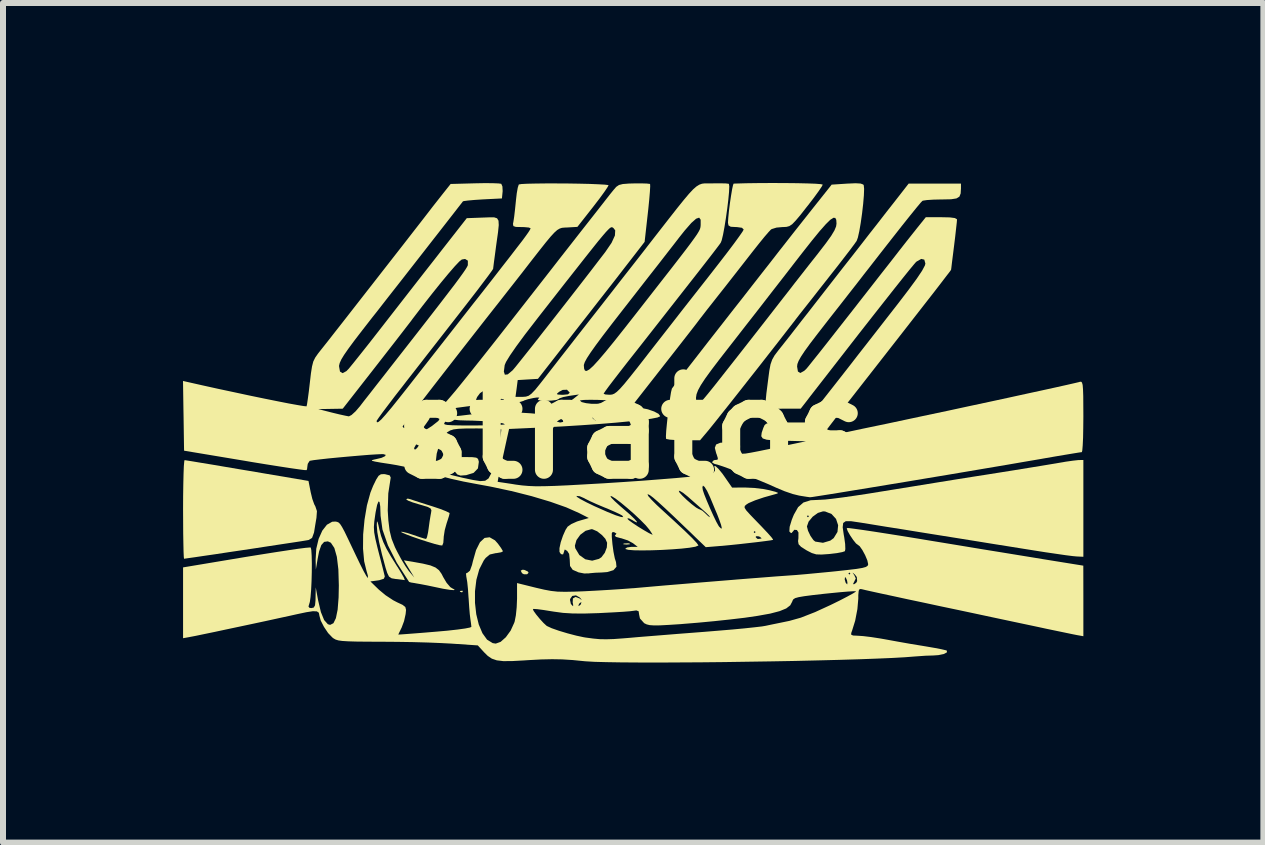
<source format=kicad_pcb>
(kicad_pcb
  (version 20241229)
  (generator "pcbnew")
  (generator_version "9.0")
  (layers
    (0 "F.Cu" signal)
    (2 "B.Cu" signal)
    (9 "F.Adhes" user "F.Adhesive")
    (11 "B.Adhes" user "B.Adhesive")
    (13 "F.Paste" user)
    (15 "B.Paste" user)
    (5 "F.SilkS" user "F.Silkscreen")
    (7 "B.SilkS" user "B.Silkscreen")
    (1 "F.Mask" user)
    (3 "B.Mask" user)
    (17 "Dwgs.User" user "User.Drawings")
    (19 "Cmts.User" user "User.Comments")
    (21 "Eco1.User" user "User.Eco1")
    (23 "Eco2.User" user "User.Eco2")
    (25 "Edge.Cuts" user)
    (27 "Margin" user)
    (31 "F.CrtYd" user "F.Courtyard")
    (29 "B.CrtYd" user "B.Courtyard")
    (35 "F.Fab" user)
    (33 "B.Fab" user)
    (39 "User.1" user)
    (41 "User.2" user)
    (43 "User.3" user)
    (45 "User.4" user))
  (footprint "stratos"
    (layer "F.Cu")
    (at 7.503 4.09)
    (property "Reference" "stratos" (at 0 0 0) (layer "F.SilkS") (effects (font (size 1.524 1.524) (thickness 0.3))))
    (attr board_only exclude_from_pos_files exclude_from_bom)
    (fp_poly (pts (xy -2.841 2.709) (xy -2.845 2.728) (xy -2.862 2.731) (xy -2.89 2.719) (xy -2.884 2.709) (xy -2.845 2.705)) (stroke (width 0) (type solid)) (fill yes) (layer "F.SilkS"))
    (fp_poly (pts (xy -1.81 2.359) (xy -1.756 2.385) (xy -1.744 2.406) (xy -1.769 2.431) (xy -1.82 2.431) (xy -1.853 2.413) (xy -1.875 2.37) (xy -1.842 2.354)) (stroke (width 0) (type solid)) (fill yes) (layer "F.SilkS"))
    (fp_poly (pts (xy -0.057 1.92) (xy -0.056 1.93) (xy -0.107 1.935) (xy -0.115 1.935) (xy -0.166 1.93) (xy -0.161 1.92) (xy -0.156 1.918) (xy -0.084 1.914)) (stroke (width 0) (type solid)) (fill yes) (layer "F.SilkS"))
    (fp_poly (pts (xy -2.681 0.479) (xy -2.616 0.487) (xy -2.586 0.509) (xy -2.574 0.549) (xy -2.573 0.559) (xy -2.588 0.666) (xy -2.659 0.74) (xy -2.784 0.779) (xy -2.786 0.779) (xy -2.878 0.786) (xy -2.932 0.767) (xy -2.977 0.714) (xy -2.977 0.713) (xy -3.014 0.627) (xy -3.021 0.553) (xy -3.01 0.512) (xy -2.981 0.489) (xy -2.919 0.479) (xy -2.807 0.477) (xy -2.797 0.477)) (stroke (width 0) (type solid)) (fill yes) (layer "F.SilkS"))
    (fp_poly (pts (xy -4.248 1.605) (xy -4.232 1.678) (xy -4.203 1.789) (xy -4.166 1.892) (xy -4.114 2.001) (xy -4.039 2.132) (xy -3.933 2.302) (xy -3.928 2.308) (xy -3.865 2.411) (xy -3.822 2.487) (xy -3.807 2.526) (xy -3.809 2.528) (xy -3.855 2.521) (xy -3.937 2.511) (xy -3.955 2.51) (xy -4.026 2.498) (xy -4.07 2.469) (xy -4.1 2.408) (xy -4.126 2.326) (xy -4.188 2.097) (xy -4.235 1.894) (xy -4.265 1.728) (xy -4.274 1.613) (xy -4.274 1.612) (xy -4.271 1.556) (xy -4.263 1.552)) (stroke (width 0) (type solid)) (fill yes) (layer "F.SilkS"))
    (fp_poly (pts (xy -7.44 0.534) (xy -7.345 0.549) (xy -7.202 0.573) (xy -7.018 0.603) (xy -6.801 0.64) (xy -6.559 0.681) (xy -6.432 0.702) (xy -5.412 0.875) (xy -5.375 1.063) (xy -5.348 1.175) (xy -5.316 1.264) (xy -5.297 1.3) (xy -5.271 1.378) (xy -5.279 1.489) (xy -5.299 1.607) (xy -5.317 1.719) (xy -5.32 1.736) (xy -5.352 1.824) (xy -5.408 1.859) (xy -5.453 1.867) (xy -5.552 1.883) (xy -5.697 1.905) (xy -5.876 1.932) (xy -6.08 1.963) (xy -6.301 1.997) (xy -6.528 2.031) (xy -6.751 2.064) (xy -6.961 2.096) (xy -7.148 2.123) (xy -7.303 2.146) (xy -7.417 2.162) (xy -7.478 2.171) (xy -7.486 2.172) (xy -7.49 2.14) (xy -7.494 2.052) (xy -7.497 1.915) (xy -7.5 1.739) (xy -7.501 1.533) (xy -7.502 1.349) (xy -7.501 1.124) (xy -7.498 0.923) (xy -7.494 0.754) (xy -7.489 0.626) (xy -7.482 0.548) (xy -7.477 0.528)) (stroke (width 0) (type solid)) (fill yes) (layer "F.SilkS"))
    (fp_poly (pts (xy -3.71 1.181) (xy -3.646 1.203) (xy -3.538 1.238) (xy -3.405 1.28) (xy -3.348 1.298) (xy -3.222 1.34) (xy -3.124 1.378) (xy -3.068 1.405) (xy -3.06 1.414) (xy -3.07 1.458) (xy -3.096 1.54) (xy -3.109 1.579) (xy -3.141 1.694) (xy -3.158 1.805) (xy -3.159 1.828) (xy -3.165 1.907) (xy -3.182 1.95) (xy -3.183 1.951) (xy -3.223 1.947) (xy -3.31 1.925) (xy -3.432 1.888) (xy -3.547 1.851) (xy -3.683 1.804) (xy -3.79 1.763) (xy -3.856 1.734) (xy -3.872 1.722) (xy -3.836 1.725) (xy -3.756 1.745) (xy -3.665 1.775) (xy -3.561 1.811) (xy -3.483 1.835) (xy -3.452 1.842) (xy -3.437 1.813) (xy -3.42 1.737) (xy -3.41 1.67) (xy -3.394 1.552) (xy -3.377 1.448) (xy -3.37 1.411) (xy -3.363 1.365) (xy -3.378 1.333) (xy -3.428 1.307) (xy -3.525 1.278) (xy -3.567 1.266) (xy -3.675 1.233) (xy -3.753 1.203) (xy -3.784 1.181) (xy -3.784 1.18) (xy -3.758 1.169)) (stroke (width 0) (type solid)) (fill yes) (layer "F.SilkS"))
    (fp_poly (pts (xy 7.502 2.139) (xy 7.395 2.134) (xy 7.328 2.128) (xy 7.209 2.113) (xy 7.051 2.09) (xy 6.866 2.063) (xy 6.695 2.036) (xy 6.506 2.006) (xy 6.27 1.968) (xy 5.999 1.925) (xy 5.703 1.877) (xy 5.393 1.827) (xy 5.079 1.777) (xy 4.773 1.728) (xy 4.484 1.681) (xy 4.223 1.64) (xy 4.002 1.604) (xy 3.83 1.576) (xy 3.772 1.567) (xy 3.63 1.546) (xy 3.542 1.546) (xy 3.499 1.576) (xy 3.491 1.647) (xy 3.508 1.768) (xy 3.517 1.817) (xy 3.532 1.927) (xy 3.535 2.01) (xy 3.528 2.046) (xy 3.484 2.061) (xy 3.395 2.078) (xy 3.277 2.092) (xy 3.267 2.093) (xy 3.138 2.102) (xy 3.05 2.099) (xy 2.977 2.077) (xy 2.895 2.035) (xy 2.883 2.028) (xy 2.797 1.973) (xy 2.756 1.93) (xy 2.747 1.878) (xy 2.753 1.83) (xy 2.754 1.734) (xy 2.728 1.693) (xy 2.684 1.689) (xy 2.672 1.705) (xy 2.64 1.742) (xy 2.629 1.744) (xy 2.602 1.717) (xy 2.607 1.641) (xy 2.609 1.633) (xy 2.895 1.633) (xy 2.913 1.705) (xy 2.954 1.791) (xy 3.003 1.861) (xy 3.034 1.886) (xy 3.162 1.906) (xy 3.284 1.87) (xy 3.341 1.828) (xy 3.404 1.725) (xy 3.415 1.613) (xy 3.38 1.508) (xy 3.305 1.426) (xy 3.198 1.384) (xy 3.163 1.382) (xy 3.078 1.408) (xy 2.991 1.471) (xy 2.923 1.553) (xy 2.895 1.633) (xy 2.895 1.633) (xy 2.609 1.633) (xy 2.642 1.524) (xy 2.666 1.464) (xy 2.895 1.464) (xy 2.912 1.481) (xy 2.928 1.464) (xy 2.912 1.448) (xy 2.895 1.464) (xy 2.666 1.464) (xy 2.678 1.436) (xy 2.748 1.312) (xy 2.836 1.235) (xy 2.956 1.197) (xy 3.123 1.189) (xy 3.126 1.189) (xy 3.199 1.185) (xy 3.326 1.171) (xy 3.497 1.149) (xy 3.699 1.12) (xy 3.924 1.086) (xy 4.096 1.058) (xy 4.368 1.014) (xy 4.683 0.963) (xy 5.021 0.908) (xy 5.361 0.853) (xy 5.682 0.802) (xy 5.856 0.775) (xy 6.114 0.734) (xy 6.365 0.694) (xy 6.598 0.656) (xy 6.801 0.623) (xy 6.963 0.596) (xy 7.072 0.578) (xy 7.074 0.577) (xy 7.211 0.554) (xy 7.331 0.537) (xy 7.413 0.528) (xy 7.428 0.527) (xy 7.502 0.526)) (stroke (width 0) (type solid)) (fill yes) (layer "F.SilkS"))
    (fp_poly (pts (xy 3.79 -4.081) (xy 3.833 -4.065) (xy 3.842 -4.052) (xy 3.848 -3.992) (xy 3.844 -3.882) (xy 3.832 -3.741) (xy 3.814 -3.584) (xy 3.792 -3.428) (xy 3.768 -3.288) (xy 3.744 -3.181) (xy 3.724 -3.126) (xy 3.689 -3.076) (xy 3.62 -2.983) (xy 3.523 -2.857) (xy 3.407 -2.707) (xy 3.277 -2.542) (xy 3.245 -2.501) (xy 3.108 -2.327) (xy 2.978 -2.161) (xy 2.862 -2.014) (xy 2.768 -1.895) (xy 2.706 -1.815) (xy 2.7 -1.806) (xy 2.569 -1.638) (xy 2.42 -1.446) (xy 2.258 -1.239) (xy 2.091 -1.025) (xy 1.923 -0.812) (xy 1.761 -0.606) (xy 1.611 -0.416) (xy 1.478 -0.249) (xy 1.37 -0.113) (xy 1.292 -0.016) (xy 1.259 0.025) (xy 1.114 0.197) (xy 0.838 0.197) (xy 0.711 0.194) (xy 0.61 0.187) (xy 0.553 0.176) (xy 0.547 0.171) (xy 0.545 0.13) (xy 0.55 0.039) (xy 0.562 -0.085) (xy 0.577 -0.227) (xy 0.595 -0.371) (xy 0.614 -0.502) (xy 0.615 -0.511) (xy 1.046 -0.511) (xy 1.049 -0.456) (xy 1.049 -0.452) (xy 1.077 -0.429) (xy 1.136 -0.451) (xy 1.139 -0.453) (xy 1.169 -0.486) (xy 1.24 -0.571) (xy 1.35 -0.707) (xy 1.499 -0.896) (xy 1.688 -1.136) (xy 1.917 -1.428) (xy 2.186 -1.772) (xy 2.495 -2.169) (xy 2.6 -2.303) (xy 2.694 -2.425) (xy 2.815 -2.579) (xy 2.947 -2.748) (xy 3.076 -2.911) (xy 3.089 -2.928) (xy 3.213 -3.089) (xy 3.299 -3.209) (xy 3.353 -3.299) (xy 3.381 -3.366) (xy 3.388 -3.414) (xy 3.384 -3.476) (xy 3.367 -3.509) (xy 3.335 -3.51) (xy 3.283 -3.476) (xy 3.209 -3.403) (xy 3.108 -3.289) (xy 2.978 -3.13) (xy 2.814 -2.922) (xy 2.709 -2.787) (xy 2.522 -2.545) (xy 2.311 -2.274) (xy 2.092 -1.991) (xy 1.877 -1.716) (xy 1.682 -1.465) (xy 1.602 -1.363) (xy 1.431 -1.143) (xy 1.298 -0.968) (xy 1.198 -0.83) (xy 1.127 -0.722) (xy 1.081 -0.638) (xy 1.055 -0.57) (xy 1.046 -0.511) (xy 0.615 -0.511) (xy 0.63 -0.604) (xy 0.644 -0.661) (xy 0.646 -0.666) (xy 0.67 -0.698) (xy 0.73 -0.776) (xy 0.822 -0.894) (xy 0.941 -1.047) (xy 1.082 -1.228) (xy 1.241 -1.433) (xy 1.414 -1.654) (xy 1.455 -1.706) (xy 1.639 -1.942) (xy 1.82 -2.172) (xy 1.989 -2.389) (xy 2.143 -2.586) (xy 2.274 -2.753) (xy 2.376 -2.884) (xy 2.444 -2.972) (xy 2.446 -2.974) (xy 2.542 -3.096) (xy 2.664 -3.252) (xy 2.8 -3.424) (xy 2.936 -3.596) (xy 2.978 -3.649) (xy 3.307 -4.063) (xy 3.566 -4.08) (xy 3.705 -4.086)) (stroke (width 0) (type solid)) (fill yes) (layer "F.SilkS"))
    (fp_poly (pts (xy 5.462 -4) (xy 5.457 -3.916) (xy 5.436 -3.863) (xy 5.387 -3.833) (xy 5.297 -3.819) (xy 5.154 -3.816) (xy 5.137 -3.816) (xy 5.004 -3.813) (xy 4.896 -3.806) (xy 4.829 -3.796) (xy 4.818 -3.791) (xy 4.787 -3.758) (xy 4.718 -3.675) (xy 4.615 -3.548) (xy 4.481 -3.38) (xy 4.319 -3.174) (xy 4.131 -2.934) (xy 3.921 -2.664) (xy 3.847 -2.57) (xy 3.794 -2.501) (xy 3.707 -2.389) (xy 3.594 -2.245) (xy 3.463 -2.077) (xy 3.32 -1.895) (xy 3.23 -1.78) (xy 3.07 -1.574) (xy 2.947 -1.413) (xy 2.857 -1.289) (xy 2.795 -1.195) (xy 2.756 -1.125) (xy 2.736 -1.073) (xy 2.731 -1.032) (xy 2.745 -0.948) (xy 2.785 -0.924) (xy 2.85 -0.96) (xy 2.887 -0.995) (xy 2.922 -1.037) (xy 2.992 -1.125) (xy 3.094 -1.252) (xy 3.221 -1.413) (xy 3.37 -1.603) (xy 3.535 -1.813) (xy 3.713 -2.04) (xy 3.764 -2.106) (xy 3.948 -2.341) (xy 4.125 -2.568) (xy 4.29 -2.778) (xy 4.436 -2.966) (xy 4.56 -3.124) (xy 4.656 -3.245) (xy 4.717 -3.322) (xy 4.724 -3.331) (xy 4.876 -3.52) (xy 5.136 -3.52) (xy 5.276 -3.517) (xy 5.36 -3.506) (xy 5.394 -3.487) (xy 5.396 -3.478) (xy 5.392 -3.43) (xy 5.381 -3.332) (xy 5.366 -3.197) (xy 5.347 -3.042) (xy 5.328 -2.89) (xy 5.312 -2.764) (xy 5.302 -2.678) (xy 5.297 -2.643) (xy 5.297 -2.643) (xy 5.278 -2.616) (xy 5.22 -2.541) (xy 5.129 -2.422) (xy 5.008 -2.265) (xy 4.858 -2.073) (xy 4.685 -1.851) (xy 4.491 -1.602) (xy 4.28 -1.332) (xy 4.055 -1.044) (xy 3.829 -0.755) (xy 3.639 -0.512) (xy 3.485 -0.316) (xy 3.365 -0.162) (xy 3.275 -0.045) (xy 3.211 0.04) (xy 3.17 0.097) (xy 3.147 0.132) (xy 3.14 0.15) (xy 3.145 0.154) (xy 3.158 0.151) (xy 3.165 0.149) (xy 3.209 0.138) (xy 3.307 0.116) (xy 3.449 0.085) (xy 3.627 0.047) (xy 3.828 0.004) (xy 3.915 -0.014) (xy 4.233 -0.08) (xy 4.566 -0.151) (xy 4.909 -0.224) (xy 5.255 -0.297) (xy 5.597 -0.371) (xy 5.929 -0.442) (xy 6.244 -0.51) (xy 6.536 -0.574) (xy 6.799 -0.631) (xy 7.027 -0.681) (xy 7.211 -0.722) (xy 7.347 -0.753) (xy 7.428 -0.772) (xy 7.444 -0.777) (xy 7.464 -0.779) (xy 7.479 -0.764) (xy 7.49 -0.725) (xy 7.496 -0.653) (xy 7.5 -0.539) (xy 7.501 -0.375) (xy 7.502 -0.2) (xy 7.5 -0.01) (xy 7.497 0.155) (xy 7.491 0.284) (xy 7.484 0.367) (xy 7.477 0.395) (xy 7.438 0.4) (xy 7.345 0.415) (xy 7.207 0.438) (xy 7.034 0.467) (xy 6.838 0.501) (xy 6.794 0.509) (xy 6.518 0.556) (xy 6.217 0.608) (xy 5.897 0.662) (xy 5.566 0.718) (xy 5.229 0.775) (xy 4.892 0.831) (xy 4.563 0.886) (xy 4.247 0.938) (xy 3.951 0.987) (xy 3.681 1.031) (xy 3.444 1.07) (xy 3.245 1.102) (xy 3.092 1.126) (xy 2.99 1.142) (xy 2.946 1.147) (xy 2.945 1.147) (xy 2.894 1.14) (xy 2.806 1.126) (xy 2.764 1.119) (xy 2.658 1.093) (xy 2.524 1.047) (xy 2.388 0.99) (xy 2.385 0.989) (xy 2.263 0.934) (xy 2.113 0.871) (xy 1.949 0.805) (xy 1.783 0.74) (xy 1.629 0.682) (xy 1.497 0.634) (xy 1.402 0.603) (xy 1.357 0.592) (xy 1.319 0.571) (xy 1.316 0.559) (xy 1.343 0.53) (xy 1.365 0.526) (xy 1.404 0.522) (xy 1.411 0.498) (xy 1.391 0.434) (xy 1.383 0.414) (xy 1.36 0.324) (xy 1.381 0.268) (xy 1.451 0.239) (xy 1.578 0.23) (xy 1.583 0.23) (xy 1.696 0.234) (xy 1.757 0.25) (xy 1.781 0.289) (xy 1.779 0.361) (xy 1.778 0.37) (xy 1.778 0.397) (xy 1.787 0.414) (xy 1.815 0.422) (xy 1.87 0.419) (xy 1.961 0.404) (xy 2.096 0.378) (xy 2.284 0.339) (xy 2.369 0.321) (xy 2.879 0.214) (xy 2.509 0.205) (xy 2.338 0.199) (xy 2.224 0.188) (xy 2.159 0.167) (xy 2.134 0.13) (xy 2.141 0.072) (xy 2.17 -0.014) (xy 2.171 -0.014) (xy 2.188 -0.053) (xy 2.213 -0.077) (xy 2.26 -0.091) (xy 2.341 -0.097) (xy 2.47 -0.099) (xy 2.531 -0.099) (xy 2.86 -0.099) (xy 3.05 -0.337) (xy 3.136 -0.445) (xy 3.251 -0.591) (xy 3.383 -0.759) (xy 3.52 -0.934) (xy 3.603 -1.04) (xy 3.74 -1.217) (xy 3.905 -1.428) (xy 4.082 -1.655) (xy 4.258 -1.881) (xy 4.417 -2.085) (xy 4.592 -2.314) (xy 4.725 -2.495) (xy 4.814 -2.628) (xy 4.861 -2.716) (xy 4.869 -2.748) (xy 4.851 -2.813) (xy 4.8 -2.825) (xy 4.724 -2.782) (xy 4.712 -2.772) (xy 4.678 -2.733) (xy 4.605 -2.645) (xy 4.497 -2.511) (xy 4.356 -2.334) (xy 4.185 -2.117) (xy 3.985 -1.863) (xy 3.76 -1.576) (xy 3.512 -1.257) (xy 3.243 -0.911) (xy 2.955 -0.541) (xy 2.887 -0.452) (xy 2.791 -0.329) (xy 2.498 -0.329) (xy 2.377 -0.328) (xy 2.293 -0.331) (xy 2.24 -0.348) (xy 2.213 -0.389) (xy 2.208 -0.463) (xy 2.219 -0.581) (xy 2.241 -0.753) (xy 2.248 -0.808) (xy 2.268 -0.961) (xy 2.288 -1.067) (xy 2.316 -1.147) (xy 2.357 -1.219) (xy 2.42 -1.302) (xy 2.436 -1.322) (xy 2.527 -1.437) (xy 2.618 -1.552) (xy 2.679 -1.631) (xy 2.723 -1.687) (xy 2.801 -1.788) (xy 2.908 -1.924) (xy 3.037 -2.09) (xy 3.182 -2.276) (xy 3.337 -2.475) (xy 3.496 -2.679) (xy 3.654 -2.88) (xy 3.803 -3.071) (xy 3.937 -3.244) (xy 4.052 -3.39) (xy 4.128 -3.488) (xy 4.232 -3.622) (xy 4.346 -3.767) (xy 4.442 -3.89) (xy 4.59 -4.08) (xy 5.026 -4.08) (xy 5.462 -4.08)) (stroke (width 0) (type solid)) (fill yes) (layer "F.SilkS"))
    (fp_poly (pts (xy -4.135 0.763) (xy -4.059 0.782) (xy -4.041 0.82) (xy -4.042 0.823) (xy -4.082 1.082) (xy -4.091 1.368) (xy -4.081 1.531) (xy -4.06 1.703) (xy -4.026 1.841) (xy -3.971 1.979) (xy -3.936 2.05) (xy -3.867 2.178) (xy -3.796 2.295) (xy -3.738 2.379) (xy -3.732 2.385) (xy -3.649 2.484) (xy -3.822 2.198) (xy -3.683 2.221) (xy -3.505 2.253) (xy -3.38 2.283) (xy -3.295 2.318) (xy -3.237 2.363) (xy -3.194 2.424) (xy -3.167 2.477) (xy -3.11 2.573) (xy -3.049 2.644) (xy -3.018 2.664) (xy -2.975 2.687) (xy -2.989 2.695) (xy -3.056 2.69) (xy -3.168 2.672) (xy -3.296 2.645) (xy -3.429 2.617) (xy -3.549 2.594) (xy -3.631 2.58) (xy -3.633 2.579) (xy -3.703 2.568) (xy -3.735 2.558) (xy -3.94 2.239) (xy -4.088 1.948) (xy -4.179 1.685) (xy -4.211 1.452) (xy -4.211 1.439) (xy -4.216 1.3) (xy -4.228 1.226) (xy -4.245 1.217) (xy -4.268 1.274) (xy -4.293 1.396) (xy -4.299 1.435) (xy -4.315 1.55) (xy -4.322 1.643) (xy -4.317 1.732) (xy -4.298 1.836) (xy -4.265 1.976) (xy -4.245 2.055) (xy -4.206 2.205) (xy -4.173 2.334) (xy -4.15 2.427) (xy -4.14 2.468) (xy -4.156 2.505) (xy -4.23 2.529) (xy -4.254 2.533) (xy -4.38 2.55) (xy -4.238 2.688) (xy -4.127 2.78) (xy -4.001 2.863) (xy -3.936 2.897) (xy -3.844 2.94) (xy -3.798 2.976) (xy -3.786 3.024) (xy -3.793 3.094) (xy -3.819 3.211) (xy -3.86 3.321) (xy -3.863 3.326) (xy -3.897 3.396) (xy -3.915 3.434) (xy -3.915 3.435) (xy -3.884 3.434) (xy -3.798 3.428) (xy -3.666 3.418) (xy -3.499 3.405) (xy -3.308 3.389) (xy -3.306 3.389) (xy -3.101 3.371) (xy -2.93 3.352) (xy -2.8 3.334) (xy -2.72 3.318) (xy -2.697 3.307) (xy -2.703 3.253) (xy -2.714 3.175) (xy -2.724 3.094) (xy -2.734 2.973) (xy -2.743 2.834) (xy -2.745 2.813) (xy -2.754 2.678) (xy -2.766 2.561) (xy -2.779 2.484) (xy -2.781 2.476) (xy -2.787 2.417) (xy -2.758 2.402) (xy -2.721 2.37) (xy -2.687 2.276) (xy -2.672 2.213) (xy -2.619 2.027) (xy -2.554 1.897) (xy -2.477 1.825) (xy -2.393 1.814) (xy -2.304 1.865) (xy -2.255 1.92) (xy -2.203 1.992) (xy -2.174 2.041) (xy -2.172 2.049) (xy -2.201 2.064) (xy -2.273 2.077) (xy -2.294 2.079) (xy -2.39 2.101) (xy -2.46 2.159) (xy -2.491 2.201) (xy -2.566 2.349) (xy -2.614 2.523) (xy -2.637 2.713) (xy -2.637 2.907) (xy -2.616 3.096) (xy -2.574 3.268) (xy -2.513 3.413) (xy -2.436 3.52) (xy -2.342 3.578) (xy -2.291 3.586) (xy -2.21 3.557) (xy -2.123 3.48) (xy -2.043 3.37) (xy -1.984 3.241) (xy -1.976 3.218) (xy -1.956 3.117) (xy -1.945 3.01) (xy -1.672 3.01) (xy -1.661 3.04) (xy -1.618 3.1) (xy -1.558 3.173) (xy -1.495 3.242) (xy -1.444 3.289) (xy -1.434 3.295) (xy -1.358 3.33) (xy -1.238 3.372) (xy -1.095 3.415) (xy -0.95 3.453) (xy -0.824 3.48) (xy -0.794 3.485) (xy -0.667 3.502) (xy -0.559 3.512) (xy -0.45 3.514) (xy -0.323 3.51) (xy -0.158 3.498) (xy -0.049 3.489) (xy 0.086 3.477) (xy 0.273 3.462) (xy 0.497 3.444) (xy 0.745 3.424) (xy 1.004 3.404) (xy 1.184 3.39) (xy 1.426 3.37) (xy 1.653 3.351) (xy 1.855 3.332) (xy 2.023 3.314) (xy 2.144 3.3) (xy 2.204 3.29) (xy 2.313 3.267) (xy 2.455 3.238) (xy 2.6 3.208) (xy 2.601 3.208) (xy 2.793 3.154) (xy 3.031 3.061) (xy 3.288 2.943) (xy 3.441 2.868) (xy 3.568 2.802) (xy 3.661 2.751) (xy 3.709 2.721) (xy 3.713 2.715) (xy 3.677 2.713) (xy 3.587 2.718) (xy 3.454 2.729) (xy 3.291 2.745) (xy 3.183 2.756) (xy 2.989 2.778) (xy 2.85 2.796) (xy 2.757 2.812) (xy 2.699 2.828) (xy 2.668 2.848) (xy 2.654 2.873) (xy 2.65 2.886) (xy 2.617 2.948) (xy 2.55 3) (xy 2.44 3.045) (xy 2.283 3.086) (xy 2.071 3.124) (xy 1.859 3.155) (xy 1.622 3.183) (xy 1.35 3.212) (xy 1.075 3.238) (xy 0.829 3.258) (xy 0.798 3.261) (xy 0.596 3.274) (xy 0.448 3.282) (xy 0.345 3.283) (xy 0.274 3.278) (xy 0.225 3.266) (xy 0.187 3.248) (xy 0.181 3.244) (xy 0.112 3.167) (xy 0.099 3.106) (xy 0.09 3.047) (xy 0.052 3.033) (xy 0.008 3.039) (xy -0.056 3.047) (xy -0.172 3.056) (xy -0.325 3.065) (xy -0.501 3.074) (xy -0.576 3.078) (xy -0.814 3.085) (xy -1.006 3.084) (xy -1.17 3.074) (xy -1.325 3.053) (xy -1.363 3.047) (xy -1.494 3.026) (xy -1.599 3.012) (xy -1.661 3.008) (xy -1.672 3.01) (xy -1.945 3.01) (xy -1.942 2.98) (xy -1.937 2.86) (xy -1.053 2.86) (xy -1.039 2.925) (xy -1.007 2.96) (xy -1.001 2.961) (xy -1.001 2.959) (xy -0.913 2.959) (xy -0.909 2.961) (xy -0.879 2.938) (xy -0.872 2.928) (xy -0.864 2.897) (xy -0.868 2.895) (xy -0.898 2.918) (xy -0.905 2.928) (xy -0.913 2.959) (xy -1.001 2.959) (xy -1.002 2.935) (xy -1.009 2.899) (xy -1.005 2.833) (xy -0.96 2.808) (xy -0.895 2.833) (xy -0.858 2.86) (xy -0.867 2.845) (xy -0.891 2.818) (xy -0.954 2.782) (xy -1.016 2.792) (xy -1.051 2.842) (xy -1.053 2.86) (xy -1.937 2.86) (xy -1.936 2.835) (xy -1.936 2.83) (xy -1.936 2.577) (xy -1.618 2.656) (xy -1.484 2.687) (xy -1.371 2.708) (xy -1.262 2.72) (xy -1.137 2.723) (xy -0.979 2.72) (xy -0.823 2.714) (xy -0.613 2.703) (xy -0.39 2.69) (xy -0.18 2.676) (xy -0.008 2.663) (xy 0 2.663) (xy 0.25 2.641) (xy 0.525 2.617) (xy 0.816 2.593) (xy 1.114 2.568) (xy 1.408 2.544) (xy 1.691 2.521) (xy 1.711 2.519) (xy 3.525 2.519) (xy 3.541 2.572) (xy 3.565 2.599) (xy 3.566 2.599) (xy 3.57 2.573) (xy 3.563 2.532) (xy 3.542 2.485) (xy 3.529 2.481) (xy 3.525 2.519) (xy 1.711 2.519) (xy 1.952 2.5) (xy 2.183 2.482) (xy 2.373 2.467) (xy 2.515 2.457) (xy 2.583 2.452) (xy 2.71 2.443) (xy 2.884 2.428) (xy 2.989 2.418) (xy 3.586 2.418) (xy 3.603 2.435) (xy 3.619 2.418) (xy 3.604 2.403) (xy 3.657 2.403) (xy 3.663 2.416) (xy 3.683 2.443) (xy 3.709 2.5) (xy 3.685 2.55) (xy 3.665 2.59) (xy 3.677 2.599) (xy 3.716 2.573) (xy 3.732 2.544) (xy 3.726 2.477) (xy 3.696 2.437) (xy 3.657 2.403) (xy 3.604 2.403) (xy 3.603 2.402) (xy 3.586 2.418) (xy 2.989 2.418) (xy 3.084 2.409) (xy 3.293 2.389) (xy 3.381 2.38) (xy 3.58 2.358) (xy 3.723 2.341) (xy 3.818 2.325) (xy 3.876 2.309) (xy 3.905 2.291) (xy 3.915 2.269) (xy 3.915 2.26) (xy 3.901 2.197) (xy 3.865 2.112) (xy 3.819 2.027) (xy 3.774 1.963) (xy 3.745 1.941) (xy 3.713 1.917) (xy 3.665 1.857) (xy 3.614 1.781) (xy 3.574 1.711) (xy 3.559 1.665) (xy 3.561 1.66) (xy 3.596 1.661) (xy 3.689 1.673) (xy 3.832 1.693) (xy 4.02 1.721) (xy 4.244 1.756) (xy 4.498 1.796) (xy 4.774 1.841) (xy 4.857 1.855) (xy 5.174 1.907) (xy 5.502 1.961) (xy 5.827 2.015) (xy 6.136 2.065) (xy 6.417 2.111) (xy 6.657 2.15) (xy 6.819 2.177) (xy 7.501 2.287) (xy 7.502 2.875) (xy 7.502 3.463) (xy 7.395 3.444) (xy 7.324 3.43) (xy 7.204 3.405) (xy 7.05 3.373) (xy 6.877 3.337) (xy 6.827 3.326) (xy 6.687 3.296) (xy 6.493 3.255) (xy 6.257 3.205) (xy 5.989 3.148) (xy 5.699 3.086) (xy 5.398 3.022) (xy 5.117 2.963) (xy 4.838 2.903) (xy 4.577 2.848) (xy 4.343 2.797) (xy 4.142 2.754) (xy 3.982 2.719) (xy 3.87 2.694) (xy 3.813 2.68) (xy 3.809 2.679) (xy 3.775 2.676) (xy 3.758 2.705) (xy 3.751 2.778) (xy 3.751 2.837) (xy 3.736 3.011) (xy 3.699 3.204) (xy 3.646 3.375) (xy 3.637 3.397) (xy 3.63 3.434) (xy 3.662 3.451) (xy 3.744 3.455) (xy 3.833 3.461) (xy 3.965 3.477) (xy 4.12 3.501) (xy 4.216 3.518) (xy 4.408 3.553) (xy 4.623 3.591) (xy 4.824 3.624) (xy 4.884 3.634) (xy 5.023 3.658) (xy 5.137 3.68) (xy 5.21 3.697) (xy 5.228 3.704) (xy 5.227 3.733) (xy 5.174 3.76) (xy 5.086 3.778) (xy 5.001 3.784) (xy 4.872 3.788) (xy 4.73 3.798) (xy 4.688 3.801) (xy 4.533 3.813) (xy 4.322 3.825) (xy 4.064 3.836) (xy 3.766 3.847) (xy 3.434 3.857) (xy 3.076 3.866) (xy 2.697 3.875) (xy 2.306 3.882) (xy 1.909 3.888) (xy 1.514 3.894) (xy 1.126 3.898) (xy 0.754 3.9) (xy 0.403 3.902) (xy 0.081 3.901) (xy -0.204 3.899) (xy -0.447 3.895) (xy -0.64 3.89) (xy -0.777 3.882) (xy -0.806 3.88) (xy -1.009 3.86) (xy -1.183 3.849) (xy -1.351 3.846) (xy -1.534 3.85) (xy -1.756 3.862) (xy -1.814 3.866) (xy -2.016 3.877) (xy -2.165 3.878) (xy -2.274 3.865) (xy -2.356 3.837) (xy -2.424 3.791) (xy -2.485 3.731) (xy -2.59 3.616) (xy -3.031 3.586) (xy -3.203 3.577) (xy -3.423 3.568) (xy -3.672 3.561) (xy -3.93 3.557) (xy -4.179 3.555) (xy -4.199 3.555) (xy -4.437 3.554) (xy -4.618 3.552) (xy -4.752 3.548) (xy -4.847 3.542) (xy -4.913 3.533) (xy -4.959 3.519) (xy -4.993 3.5) (xy -5.014 3.484) (xy -5.085 3.41) (xy -5.154 3.307) (xy -5.208 3.202) (xy -5.231 3.117) (xy -5.231 3.112) (xy -5.24 3.071) (xy -5.272 3.049) (xy -5.338 3.046) (xy -5.448 3.063) (xy -5.6 3.095) (xy -5.73 3.124) (xy -5.901 3.161) (xy -6.102 3.205) (xy -6.321 3.252) (xy -6.547 3.3) (xy -6.769 3.347) (xy -6.974 3.391) (xy -7.153 3.428) (xy -7.292 3.457) (xy -7.381 3.474) (xy -7.395 3.477) (xy -7.502 3.496) (xy -7.502 2.316) (xy -6.448 2.14) (xy -6.192 2.099) (xy -5.958 2.062) (xy -5.753 2.031) (xy -5.585 2.006) (xy -5.461 1.99) (xy -5.389 1.984) (xy -5.374 1.985) (xy -5.365 2.027) (xy -5.359 2.12) (xy -5.356 2.248) (xy -5.357 2.396) (xy -5.361 2.55) (xy -5.368 2.693) (xy -5.378 2.812) (xy -5.389 2.89) (xy -5.393 2.904) (xy -5.412 2.968) (xy -5.394 2.991) (xy -5.362 2.994) (xy -5.324 2.985) (xy -5.303 2.948) (xy -5.295 2.867) (xy -5.294 2.821) (xy -5.291 2.649) (xy -5.252 2.862) (xy -5.205 3.061) (xy -5.151 3.194) (xy -5.089 3.263) (xy -5.051 3.274) (xy -4.996 3.246) (xy -4.955 3.162) (xy -4.926 3.02) (xy -4.91 2.817) (xy -4.906 2.616) (xy -4.914 2.349) (xy -4.939 2.14) (xy -4.981 1.992) (xy -5.039 1.905) (xy -5.089 1.882) (xy -5.151 1.891) (xy -5.198 1.944) (xy -5.235 2.049) (xy -5.26 2.177) (xy -5.289 2.352) (xy -5.293 2.186) (xy -5.282 2.005) (xy -5.243 1.841) (xy -5.182 1.704) (xy -5.105 1.605) (xy -5.017 1.555) (xy -4.964 1.552) (xy -4.935 1.557) (xy -4.91 1.568) (xy -4.884 1.594) (xy -4.853 1.642) (xy -4.811 1.72) (xy -4.754 1.838) (xy -4.676 2.002) (xy -4.621 2.118) (xy -4.552 2.261) (xy -4.493 2.378) (xy -4.448 2.459) (xy -4.424 2.492) (xy -4.422 2.492) (xy -4.422 2.454) (xy -4.442 2.384) (xy -4.443 2.382) (xy -4.484 2.215) (xy -4.503 2.004) (xy -4.501 1.767) (xy -4.478 1.521) (xy -4.438 1.283) (xy -4.38 1.071) (xy -4.336 0.96) (xy -4.283 0.851) (xy -4.244 0.79) (xy -4.205 0.764) (xy -4.154 0.761)) (stroke (width 0) (type solid)) (fill yes) (layer "F.SilkS"))
    (fp_poly (pts (xy 2.539 -4.089) (xy 2.736 -4.087) (xy 2.906 -4.083) (xy 3.04 -4.078) (xy 3.127 -4.071) (xy 3.159 -4.063) (xy 3.139 -4.026) (xy 3.086 -3.948) (xy 3.008 -3.841) (xy 2.911 -3.715) (xy 2.893 -3.693) (xy 2.785 -3.555) (xy 2.706 -3.462) (xy 2.649 -3.403) (xy 2.602 -3.372) (xy 2.555 -3.359) (xy 2.499 -3.356) (xy 2.488 -3.356) (xy 2.388 -3.347) (xy 2.31 -3.323) (xy 2.296 -3.315) (xy 2.257 -3.274) (xy 2.187 -3.193) (xy 2.096 -3.081) (xy 1.993 -2.951) (xy 1.975 -2.928) (xy 1.84 -2.755) (xy 1.686 -2.558) (xy 1.535 -2.365) (xy 1.437 -2.241) (xy 1.33 -2.105) (xy 1.232 -1.981) (xy 1.154 -1.88) (xy 1.105 -1.817) (xy 1.102 -1.813) (xy 1.05 -1.744) (xy 0.96 -1.628) (xy 0.836 -1.469) (xy 0.68 -1.269) (xy 0.495 -1.033) (xy 0.285 -0.765) (xy 0.235 -0.701) (xy -0.028 -0.365) (xy 0.126 -0.343) (xy 0.246 -0.318) (xy 0.349 -0.282) (xy 0.422 -0.243) (xy 0.448 -0.208) (xy 0.446 -0.2) (xy 0.404 -0.182) (xy 0.302 -0.162) (xy 0.148 -0.141) (xy -0.052 -0.119) (xy -0.292 -0.096) (xy -0.566 -0.074) (xy -0.866 -0.053) (xy -1.187 -0.033) (xy -1.522 -0.016) (xy -1.586 -0.013) (xy -2.069 0.009) (xy -2.103 0.161) (xy -2.126 0.265) (xy -2.157 0.407) (xy -2.191 0.561) (xy -2.2 0.6) (xy -2.228 0.728) (xy -2.248 0.826) (xy -2.258 0.882) (xy -2.259 0.89) (xy -2.226 0.895) (xy -2.144 0.907) (xy -2.025 0.925) (xy -1.958 0.936) (xy -1.851 0.95) (xy -1.744 0.959) (xy -1.626 0.964) (xy -1.484 0.963) (xy -1.309 0.958) (xy -1.088 0.948) (xy -0.855 0.935) (xy -0.503 0.915) (xy -0.163 0.893) (xy 0.157 0.871) (xy 0.452 0.848) (xy 0.714 0.827) (xy 0.938 0.806) (xy 1.117 0.787) (xy 1.245 0.77) (xy 1.315 0.756) (xy 1.323 0.753) (xy 1.362 0.706) (xy 1.361 0.674) (xy 1.351 0.627) (xy 1.373 0.629) (xy 1.421 0.674) (xy 1.488 0.756) (xy 1.523 0.806) (xy 1.648 0.986) (xy 1.869 0.985) (xy 2.019 0.992) (xy 2.176 1.011) (xy 2.27 1.03) (xy 2.37 1.056) (xy 2.412 1.073) (xy 2.404 1.085) (xy 2.352 1.1) (xy 2.18 1.148) (xy 2.032 1.198) (xy 1.924 1.244) (xy 1.889 1.266) (xy 1.859 1.292) (xy 1.856 1.322) (xy 1.884 1.366) (xy 1.95 1.439) (xy 1.996 1.487) (xy 2.14 1.636) (xy 2.241 1.743) (xy 2.303 1.813) (xy 2.329 1.849) (xy 2.33 1.857) (xy 2.293 1.865) (xy 2.205 1.877) (xy 2.079 1.893) (xy 1.93 1.91) (xy 1.771 1.928) (xy 1.616 1.944) (xy 1.481 1.957) (xy 1.452 1.959) (xy 1.209 1.979) (xy 1.034 1.811) (xy 2.04 1.811) (xy 2.067 1.839) (xy 2.089 1.842) (xy 2.133 1.835) (xy 2.139 1.83) (xy 2.113 1.808) (xy 2.089 1.798) (xy 2.047 1.797) (xy 2.04 1.811) (xy 1.034 1.811) (xy 0.948 1.727) (xy 2.007 1.727) (xy 2.023 1.744) (xy 2.04 1.727) (xy 2.023 1.711) (xy 2.007 1.727) (xy 0.948 1.727) (xy 0.873 1.656) (xy 0.68 1.471) (xy 0.529 1.329) (xy 0.415 1.225) (xy 0.333 1.154) (xy 0.279 1.113) (xy 0.248 1.098) (xy 0.238 1.1) (xy 0.252 1.129) (xy 0.307 1.191) (xy 0.392 1.276) (xy 0.462 1.341) (xy 0.685 1.545) (xy 0.859 1.707) (xy 0.983 1.828) (xy 1.058 1.908) (xy 1.086 1.948) (xy 1.085 1.952) (xy 1.037 1.971) (xy 0.939 1.988) (xy 0.805 2.003) (xy 0.646 2.015) (xy 0.475 2.025) (xy 0.304 2.031) (xy 0.146 2.033) (xy 0.012 2.031) (xy -0.083 2.023) (xy -0.129 2.01) (xy -0.132 2.005) (xy -0.103 1.984) (xy -0.033 1.974) (xy -0.028 1.974) (xy 0.075 1.974) (xy -0.004 1.913) (xy -0.09 1.866) (xy -0.197 1.831) (xy -0.212 1.828) (xy -0.289 1.807) (xy -0.307 1.785) (xy -0.299 1.779) (xy -0.279 1.753) (xy -0.314 1.731) (xy -0.343 1.726) (xy -0.357 1.747) (xy -0.357 1.808) (xy -0.347 1.92) (xy -0.346 1.93) (xy -0.329 2.056) (xy -0.307 2.165) (xy -0.287 2.227) (xy -0.279 2.305) (xy -0.329 2.362) (xy -0.434 2.394) (xy -0.526 2.401) (xy -0.633 2.405) (xy -0.721 2.413) (xy -0.74 2.416) (xy -0.818 2.417) (xy -0.911 2.399) (xy -1.009 2.356) (xy -1.053 2.292) (xy -1.058 2.186) (xy -1.058 2.186) (xy -1.068 2.091) (xy -1.1 2.042) (xy -1.14 2.017) (xy -1.151 2.043) (xy -1.152 2.052) (xy -1.169 2.1) (xy -1.204 2.095) (xy -1.229 2.058) (xy -1.229 1.995) (xy -1.22 1.953) (xy -0.972 1.953) (xy -0.966 1.996) (xy -0.898 2.11) (xy -0.798 2.181) (xy -0.684 2.204) (xy -0.571 2.174) (xy -0.53 2.147) (xy -0.474 2.073) (xy -0.44 1.984) (xy -0.435 1.905) (xy -0.464 1.84) (xy -0.52 1.778) (xy -0.6 1.715) (xy -0.678 1.681) (xy -0.697 1.679) (xy -0.794 1.706) (xy -0.882 1.772) (xy -0.946 1.861) (xy -0.972 1.953) (xy -1.22 1.953) (xy -1.208 1.897) (xy -1.171 1.788) (xy -1.128 1.691) (xy -1.093 1.637) (xy -1.032 1.594) (xy -0.937 1.551) (xy -0.892 1.537) (xy -0.74 1.493) (xy -0.905 1.409) (xy -1.117 1.315) (xy -1.384 1.221) (xy -1.692 1.129) (xy -1.708 1.125) (xy -0.946 1.125) (xy -0.938 1.141) (xy -0.88 1.178) (xy -0.78 1.231) (xy -0.648 1.295) (xy -0.623 1.306) (xy -0.434 1.39) (xy -0.293 1.447) (xy -0.202 1.476) (xy -0.166 1.478) (xy -0.183 1.452) (xy -0.226 1.428) (xy -0.314 1.387) (xy -0.431 1.336) (xy -0.477 1.318) (xy -0.608 1.263) (xy -0.723 1.211) (xy -0.803 1.171) (xy -0.816 1.163) (xy -0.892 1.13) (xy -0.925 1.127) (xy -0.381 1.127) (xy -0.365 1.154) (xy -0.308 1.212) (xy -0.221 1.291) (xy -0.168 1.337) (xy -0.056 1.434) (xy 0.021 1.508) (xy 0.061 1.554) (xy 0.058 1.568) (xy 0.011 1.544) (xy -0.016 1.527) (xy -0.073 1.498) (xy -0.099 1.503) (xy -0.099 1.504) (xy -0.073 1.53) (xy -0.007 1.578) (xy 0.082 1.637) (xy 0.178 1.696) (xy 0.263 1.745) (xy 0.32 1.772) (xy 0.323 1.773) (xy 0.313 1.753) (xy 0.276 1.697) (xy 0.268 1.686) (xy 0.208 1.614) (xy 0.119 1.524) (xy 0.014 1.425) (xy -0.098 1.327) (xy -0.204 1.239) (xy -0.294 1.17) (xy -0.357 1.131) (xy -0.381 1.127) (xy -0.925 1.127) (xy -0.946 1.125) (xy -1.708 1.125) (xy -2.03 1.043) (xy -2.048 1.04) (xy 0.759 1.04) (xy 0.772 1.069) (xy 0.822 1.124) (xy 0.894 1.193) (xy 0.974 1.262) (xy 1.047 1.318) (xy 1.098 1.347) (xy 1.105 1.348) (xy 1.152 1.371) (xy 1.201 1.415) (xy 1.251 1.463) (xy 1.28 1.48) (xy 1.269 1.46) (xy 1.219 1.41) (xy 1.168 1.364) (xy 1.059 1.268) (xy 0.943 1.166) (xy 0.908 1.135) (xy 0.832 1.074) (xy 0.777 1.041) (xy 0.759 1.04) (xy -2.048 1.04) (xy -2.327 0.98) (xy 1.153 0.98) (xy 1.16 1.028) (xy 1.183 1.097) (xy 1.225 1.202) (xy 1.278 1.326) (xy 1.334 1.45) (xy 1.385 1.556) (xy 1.423 1.624) (xy 1.431 1.636) (xy 1.469 1.673) (xy 1.475 1.654) (xy 1.463 1.604) (xy 1.433 1.519) (xy 1.399 1.431) (xy 1.363 1.346) (xy 1.315 1.23) (xy 1.279 1.144) (xy 1.231 1.041) (xy 1.19 0.975) (xy 1.162 0.953) (xy 1.153 0.98) (xy -2.327 0.98) (xy -2.386 0.968) (xy -2.63 0.923) (xy -2.826 0.886) (xy -3.037 0.839) (xy -3.234 0.788) (xy -3.353 0.753) (xy -3.526 0.703) (xy -3.733 0.654) (xy -3.941 0.612) (xy -4.047 0.594) (xy -4.205 0.57) (xy -4.305 0.552) (xy -4.32 0.548) (xy -3.29 0.548) (xy -3.278 0.624) (xy -3.237 0.684) (xy -3.158 0.734) (xy -3.031 0.777) (xy -2.848 0.821) (xy -2.84 0.823) (xy -2.67 0.859) (xy -2.55 0.878) (xy -2.467 0.872) (xy -2.411 0.833) (xy -2.369 0.754) (xy -2.331 0.627) (xy -2.288 0.452) (xy -2.25 0.295) (xy -2.221 0.162) (xy -2.203 0.066) (xy -2.198 0.019) (xy -2.199 0.016) (xy -2.236 0.01) (xy -2.326 0.005) (xy -2.455 0.001) (xy -2.61 0.000002) (xy -2.617 0) (xy -2.791 0.001) (xy -2.912 0.006) (xy -2.994 0.016) (xy -3.051 0.034) (xy -3.095 0.061) (xy -3.102 0.066) (xy -3.172 0.151) (xy -3.233 0.277) (xy -3.275 0.42) (xy -3.29 0.548) (xy -4.32 0.548) (xy -4.353 0.539) (xy -4.355 0.529) (xy -4.319 0.519) (xy -4.286 0.512) (xy -4.194 0.49) (xy -4.137 0.463) (xy -4.124 0.441) (xy -4.163 0.429) (xy -4.185 0.428) (xy -4.274 0.432) (xy -4.404 0.44) (xy -4.563 0.453) (xy -4.737 0.468) (xy -4.913 0.484) (xy -5.079 0.5) (xy -5.222 0.516) (xy -5.329 0.529) (xy -5.387 0.539) (xy -5.393 0.541) (xy -5.424 0.59) (xy -5.429 0.622) (xy -5.436 0.679) (xy -5.444 0.695) (xy -5.479 0.694) (xy -5.571 0.682) (xy -5.712 0.662) (xy -5.894 0.634) (xy -6.109 0.6) (xy -6.349 0.561) (xy -6.472 0.54) (xy -7.485 0.371) (xy -7.486 0.333) (xy -3.652 0.333) (xy -3.638 0.355) (xy -3.604 0.329) (xy -3.559 0.265) (xy -3.535 0.22) (xy -3.484 0.115) (xy -3.568 0.207) (xy -3.623 0.276) (xy -3.651 0.326) (xy -3.652 0.333) (xy -7.486 0.333) (xy -7.494 -0.21) (xy -7.496 -0.322) (xy -5.248 -0.322) (xy -5.017 -0.263) (xy -4.897 -0.234) (xy -4.797 -0.212) (xy -4.739 -0.201) (xy -4.738 -0.201) (xy -4.694 -0.224) (xy -4.626 -0.286) (xy -4.554 -0.37) (xy -4.489 -0.455) (xy -4.392 -0.578) (xy -4.276 -0.727) (xy -4.148 -0.89) (xy -4.06 -1.003) (xy -3.793 -1.344) (xy -3.565 -1.636) (xy -3.372 -1.884) (xy -3.211 -2.092) (xy -3.08 -2.263) (xy -2.975 -2.4) (xy -2.895 -2.508) (xy -2.836 -2.59) (xy -2.795 -2.65) (xy -2.77 -2.691) (xy -2.757 -2.718) (xy -2.756 -2.723) (xy -2.756 -2.796) (xy -2.802 -2.824) (xy -2.857 -2.815) (xy -2.898 -2.782) (xy -2.973 -2.703) (xy -3.077 -2.583) (xy -3.204 -2.43) (xy -3.35 -2.248) (xy -3.51 -2.044) (xy -3.678 -1.825) (xy -3.701 -1.793) (xy -3.759 -1.718) (xy -3.85 -1.6) (xy -3.966 -1.45) (xy -4.1 -1.278) (xy -4.245 -1.092) (xy -4.337 -0.974) (xy -4.841 -0.329) (xy -5.248 -0.322) (xy -7.496 -0.322) (xy -7.503 -0.791) (xy -7.428 -0.774) (xy -7.175 -0.717) (xy -6.913 -0.659) (xy -6.65 -0.603) (xy -6.394 -0.548) (xy -6.152 -0.498) (xy -5.934 -0.454) (xy -5.746 -0.417) (xy -5.596 -0.39) (xy -5.494 -0.373) (xy -5.446 -0.368) (xy -5.444 -0.369) (xy -5.436 -0.404) (xy -5.423 -0.492) (xy -5.406 -0.618) (xy -5.39 -0.756) (xy -5.371 -0.919) (xy -5.353 -1.033) (xy -5.332 -1.115) (xy -5.3 -1.18) (xy -5.254 -1.246) (xy -5.214 -1.297) (xy -5.168 -1.355) (xy -5.087 -1.457) (xy -4.977 -1.598) (xy -4.842 -1.77) (xy -4.689 -1.966) (xy -4.522 -2.18) (xy -4.347 -2.404) (xy -4.17 -2.631) (xy -3.995 -2.855) (xy -3.828 -3.069) (xy -3.675 -3.266) (xy -3.541 -3.438) (xy -3.438 -3.571) (xy -3.341 -3.697) (xy -3.233 -3.834) (xy -3.175 -3.908) (xy -3.043 -4.074) (xy -2.637 -4.085) (xy -2.479 -4.088) (xy -2.343 -4.087) (xy -2.246 -4.083) (xy -2.199 -4.077) (xy -2.199 -4.076) (xy -2.18 -4.033) (xy -2.176 -3.955) (xy -2.177 -3.945) (xy -2.188 -3.833) (xy -2.506 -3.817) (xy -2.644 -3.808) (xy -2.754 -3.798) (xy -2.823 -3.789) (xy -2.838 -3.784) (xy -2.861 -3.754) (xy -2.919 -3.68) (xy -3.005 -3.569) (xy -3.115 -3.428) (xy -3.242 -3.265) (xy -3.325 -3.159) (xy -3.487 -2.951) (xy -3.676 -2.709) (xy -3.879 -2.449) (xy -4.083 -2.189) (xy -4.273 -1.945) (xy -4.351 -1.847) (xy -4.519 -1.631) (xy -4.651 -1.459) (xy -4.749 -1.326) (xy -4.819 -1.225) (xy -4.865 -1.149) (xy -4.891 -1.092) (xy -4.902 -1.048) (xy -4.902 -1.032) (xy -4.887 -0.948) (xy -4.844 -0.921) (xy -4.78 -0.955) (xy -4.741 -0.995) (xy -4.661 -1.093) (xy -4.549 -1.233) (xy -4.403 -1.417) (xy -4.222 -1.649) (xy -4.007 -1.925) (xy -3.856 -2.119) (xy -3.681 -2.344) (xy -3.496 -2.581) (xy -3.318 -2.808) (xy -3.199 -2.961) (xy -2.774 -3.504) (xy -2.506 -3.514) (xy -2.395 -3.518) (xy -2.318 -3.518) (xy -2.269 -3.502) (xy -2.245 -3.462) (xy -2.241 -3.388) (xy -2.253 -3.27) (xy -2.277 -3.1) (xy -2.287 -3.027) (xy -2.306 -2.883) (xy -2.322 -2.764) (xy -2.332 -2.684) (xy -2.335 -2.659) (xy -2.355 -2.628) (xy -2.41 -2.552) (xy -2.495 -2.439) (xy -2.604 -2.295) (xy -2.734 -2.127) (xy -2.87 -1.952) (xy -3.046 -1.726) (xy -3.238 -1.48) (xy -3.434 -1.229) (xy -3.62 -0.99) (xy -3.784 -0.78) (xy -3.84 -0.707) (xy -3.969 -0.542) (xy -4.082 -0.393) (xy -4.175 -0.27) (xy -4.241 -0.179) (xy -4.274 -0.13) (xy -4.277 -0.123) (xy -4.27 -0.101) (xy -4.245 -0.109) (xy -4.198 -0.15) (xy -4.127 -0.229) (xy -4.026 -0.349) (xy -3.893 -0.515) (xy -3.76 -0.683) (xy -3.624 -0.857) (xy -3.457 -1.07) (xy -3.267 -1.312) (xy -3.065 -1.57) (xy -2.86 -1.832) (xy -2.661 -2.086) (xy -2.58 -2.188) (xy -2.366 -2.461) (xy -2.19 -2.688) (xy -2.047 -2.871) (xy -1.935 -3.017) (xy -1.849 -3.128) (xy -1.788 -3.211) (xy -1.747 -3.269) (xy -1.723 -3.307) (xy -1.712 -3.329) (xy -1.711 -3.336) (xy -1.74 -3.348) (xy -1.815 -3.355) (xy -1.863 -3.356) (xy -1.955 -3.358) (xy -1.997 -3.372) (xy -2.004 -3.408) (xy -1.996 -3.45) (xy -1.984 -3.528) (xy -1.97 -3.648) (xy -1.956 -3.784) (xy -1.955 -3.796) (xy -1.941 -3.918) (xy -1.924 -4.013) (xy -1.908 -4.063) (xy -1.905 -4.066) (xy -1.862 -4.073) (xy -1.766 -4.078) (xy -1.63 -4.081) (xy -1.464 -4.083) (xy -1.28 -4.083) (xy -1.088 -4.082) (xy -0.901 -4.079) (xy -0.729 -4.075) (xy -0.584 -4.069) (xy -0.476 -4.063) (xy -0.418 -4.056) (xy -0.411 -4.052) (xy -0.431 -4.016) (xy -0.483 -3.939) (xy -0.561 -3.832) (xy -0.657 -3.707) (xy -0.67 -3.69) (xy -0.93 -3.359) (xy -1.097 -3.349) (xy -1.147 -3.347) (xy -1.188 -3.343) (xy -1.225 -3.331) (xy -1.266 -3.307) (xy -1.314 -3.264) (xy -1.375 -3.198) (xy -1.455 -3.102) (xy -1.559 -2.971) (xy -1.692 -2.801) (xy -1.86 -2.584) (xy -1.875 -2.565) (xy -1.994 -2.413) (xy -2.126 -2.245) (xy -2.248 -2.089) (xy -2.287 -2.04) (xy -2.46 -1.82) (xy -2.64 -1.59) (xy -2.823 -1.356) (xy -3.004 -1.124) (xy -3.179 -0.899) (xy -3.343 -0.688) (xy -3.491 -0.496) (xy -3.619 -0.329) (xy -3.723 -0.194) (xy -3.797 -0.096) (xy -3.838 -0.04) (xy -3.844 -0.031) (xy -3.824 -0.009) (xy -3.76 0) (xy -3.76 0) (xy -3.651 -0.033) (xy -3.57 -0.099) (xy -3.497 -0.162) (xy -3.434 -0.196) (xy -3.395 -0.195) (xy -3.389 -0.179) (xy -3.407 -0.143) (xy -3.453 -0.077) (xy -3.475 -0.047) (xy -3.526 0.025) (xy -3.537 0.057) (xy -3.503 0.05) (xy -3.422 0.003) (xy -3.355 -0.04) (xy -3.303 -0.081) (xy -3.152 -0.081) (xy -3.141 -0.067) (xy -3.099 -0.058) (xy -3.018 -0.053) (xy -2.889 -0.05) (xy -2.704 -0.049) (xy -2.663 -0.049) (xy -2.485 -0.051) (xy -2.334 -0.054) (xy -2.219 -0.059) (xy -2.152 -0.065) (xy -2.139 -0.069) (xy -2.169 -0.084) (xy -2.252 -0.099) (xy -2.373 -0.113) (xy -2.518 -0.123) (xy -2.674 -0.13) (xy -2.783 -0.132) (xy -2.903 -0.136) (xy -2.995 -0.147) (xy -3.042 -0.163) (xy -3.043 -0.165) (xy -3.038 -0.195) (xy -3.021 -0.198) (xy -2.972 -0.203) (xy -2.873 -0.213) (xy -2.741 -0.229) (xy -2.632 -0.242) (xy -2.288 -0.268) (xy -1.916 -0.265) (xy -1.883 -0.263) (xy -1.705 -0.252) (xy -1.58 -0.24) (xy -1.492 -0.223) (xy -1.43 -0.2) (xy -1.383 -0.17) (xy -1.298 -0.122) (xy -1.221 -0.099) (xy -1.215 -0.099) (xy -1.167 -0.109) (xy -1.173 -0.137) (xy -1.222 -0.173) (xy -1.24 -0.181) (xy -0.678 -0.181) (xy -0.674 -0.165) (xy -0.632 -0.133) (xy -0.623 -0.132) (xy -0.593 -0.157) (xy -0.592 -0.165) (xy -0.619 -0.193) (xy -0.644 -0.197) (xy -0.678 -0.181) (xy -1.24 -0.181) (xy -1.307 -0.212) (xy -1.375 -0.234) (xy -1.53 -0.277) (xy -1.398 -0.289) (xy -1.293 -0.314) (xy -1.214 -0.359) (xy -1.208 -0.364) (xy -1.151 -0.412) (xy -1.114 -0.428) (xy -1.067 -0.447) (xy -1.042 -0.463) (xy -0.888 -0.463) (xy -0.859 -0.439) (xy -0.786 -0.421) (xy -0.692 -0.41) (xy -0.598 -0.411) (xy -0.561 -0.416) (xy -0.467 -0.412) (xy -0.424 -0.386) (xy -0.362 -0.345) (xy -0.271 -0.304) (xy -0.257 -0.299) (xy -0.174 -0.262) (xy -0.123 -0.22) (xy -0.119 -0.212) (xy -0.079 -0.168) (xy -0.031 -0.179) (xy -0.017 -0.196) (xy -0.03 -0.229) (xy -0.084 -0.27) (xy -0.158 -0.307) (xy -0.231 -0.328) (xy -0.249 -0.329) (xy -0.285 -0.337) (xy -0.268 -0.372) (xy -0.263 -0.379) (xy -0.235 -0.427) (xy -0.237 -0.445) (xy -0.276 -0.456) (xy -0.362 -0.465) (xy -0.476 -0.471) (xy -0.602 -0.476) (xy -0.722 -0.477) (xy -0.82 -0.475) (xy -0.879 -0.468) (xy -0.888 -0.463) (xy -1.042 -0.463) (xy -0.998 -0.492) (xy -0.992 -0.497) (xy -0.905 -0.566) (xy -1.069 -0.542) (xy -1.166 -0.523) (xy -1.23 -0.501) (xy -1.245 -0.489) (xy -1.281 -0.474) (xy -1.363 -0.464) (xy -1.442 -0.461) (xy -1.546 -0.465) (xy -1.59 -0.475) (xy -1.581 -0.494) (xy -1.579 -0.495) (xy -1.565 -0.514) (xy -1.608 -0.515) (xy -1.662 -0.507) (xy -1.753 -0.487) (xy -1.817 -0.466) (xy -1.826 -0.46) (xy -1.876 -0.444) (xy -1.967 -0.428) (xy -2.032 -0.42) (xy -2.13 -0.414) (xy -2.174 -0.419) (xy -2.175 -0.439) (xy -2.167 -0.449) (xy -2.155 -0.485) (xy -2.196 -0.493) (xy -2.285 -0.473) (xy -2.36 -0.447) (xy -2.451 -0.421) (xy -2.583 -0.394) (xy -2.732 -0.371) (xy -2.774 -0.366) (xy -2.932 -0.345) (xy -3.036 -0.326) (xy -3.094 -0.304) (xy -3.118 -0.275) (xy -3.117 -0.234) (xy -3.113 -0.22) (xy -3.118 -0.141) (xy -3.141 -0.1) (xy -3.152 -0.081) (xy -3.303 -0.081) (xy -3.247 -0.125) (xy -3.203 -0.2) (xy -3.22 -0.268) (xy -3.234 -0.284) (xy -3.255 -0.332) (xy -3.213 -0.365) (xy -3.199 -0.37) (xy -3.174 -0.387) (xy -3.128 -0.434) (xy -3.087 -0.481) (xy -2.619 -0.481) (xy -2.6 -0.464) (xy -2.532 -0.465) (xy -2.511 -0.467) (xy -2.419 -0.485) (xy -2.378 -0.525) (xy -2.374 -0.538) (xy -2.38 -0.609) (xy -2.423 -0.64) (xy -2.485 -0.633) (xy -2.553 -0.588) (xy -2.601 -0.524) (xy -2.619 -0.481) (xy -3.087 -0.481) (xy -3.059 -0.513) (xy -2.963 -0.626) (xy -2.841 -0.776) (xy -2.704 -0.947) (xy -2.156 -0.947) (xy -2.139 -0.895) (xy -2.091 -0.901) (xy -2.013 -0.966) (xy -2.001 -0.979) (xy -1.963 -1.024) (xy -1.89 -1.115) (xy -1.788 -1.243) (xy -1.661 -1.403) (xy -1.517 -1.587) (xy -1.359 -1.788) (xy -1.194 -1.999) (xy -1.027 -2.213) (xy -0.863 -2.424) (xy -0.708 -2.624) (xy -0.568 -2.807) (xy -0.467 -2.938) (xy -0.361 -3.093) (xy -0.305 -3.215) (xy -0.3 -3.301) (xy -0.33 -3.34) (xy -0.342 -3.348) (xy -0.353 -3.353) (xy -0.367 -3.352) (xy -0.387 -3.341) (xy -0.415 -3.315) (xy -0.456 -3.272) (xy -0.511 -3.208) (xy -0.585 -3.119) (xy -0.68 -3) (xy -0.8 -2.849) (xy -0.947 -2.662) (xy -1.126 -2.435) (xy -1.338 -2.164) (xy -1.587 -1.846) (xy -1.627 -1.794) (xy -1.806 -1.562) (xy -1.949 -1.368) (xy -2.054 -1.216) (xy -2.12 -1.108) (xy -2.142 -1.056) (xy -2.156 -0.947) (xy -2.704 -0.947) (xy -2.69 -0.964) (xy -2.507 -1.194) (xy -2.292 -1.466) (xy -2.042 -1.785) (xy -1.755 -2.152) (xy -1.511 -2.464) (xy -1.365 -2.651) (xy -1.208 -2.853) (xy -1.045 -3.061) (xy -0.884 -3.267) (xy -0.73 -3.463) (xy -0.591 -3.64) (xy -0.474 -3.79) (xy -0.384 -3.905) (xy -0.329 -3.973) (xy -0.283 -4.026) (xy -0.237 -4.057) (xy -0.173 -4.073) (xy -0.071 -4.081) (xy 0.009 -4.083) (xy 0.132 -4.084) (xy 0.227 -4.081) (xy 0.278 -4.075) (xy 0.281 -4.073) (xy 0.283 -4.036) (xy 0.278 -3.946) (xy 0.267 -3.815) (xy 0.251 -3.654) (xy 0.243 -3.583) (xy 0.19 -3.109) (xy -0.039 -2.813) (xy -0.154 -2.665) (xy -0.275 -2.508) (xy -0.386 -2.366) (xy -0.438 -2.3) (xy -0.508 -2.21) (xy -0.61 -2.08) (xy -0.736 -1.918) (xy -0.877 -1.738) (xy -1.025 -1.548) (xy -1.098 -1.454) (xy -1.588 -0.826) (xy -1.925 -0.806) (xy -1.943 -0.666) (xy -1.962 -0.526) (xy -1.841 -0.526) (xy -1.788 -0.53) (xy -1.742 -0.545) (xy -1.696 -0.579) (xy -1.271 -0.579) (xy -1.262 -0.565) (xy -1.199 -0.561) (xy -1.173 -0.56) (xy -1.087 -0.568) (xy -1.06 -0.593) (xy -1.061 -0.6) (xy -1.104 -0.645) (xy -1.175 -0.642) (xy -1.234 -0.611) (xy -1.271 -0.579) (xy -1.696 -0.579) (xy -1.694 -0.581) (xy -1.632 -0.646) (xy -1.548 -0.75) (xy -1.472 -0.847) (xy -1.368 -0.981) (xy -1.314 -1.05) (xy -0.823 -1.05) (xy -0.818 -0.995) (xy -0.804 -0.963) (xy -0.776 -0.958) (xy -0.731 -0.983) (xy -0.666 -1.042) (xy -0.578 -1.138) (xy -0.462 -1.274) (xy -0.316 -1.453) (xy -0.137 -1.679) (xy 0.035 -1.898) (xy 0.271 -2.2) (xy 0.47 -2.455) (xy 0.635 -2.666) (xy 0.769 -2.839) (xy 0.876 -2.978) (xy 0.958 -3.087) (xy 1.019 -3.171) (xy 1.063 -3.234) (xy 1.091 -3.28) (xy 1.109 -3.315) (xy 1.118 -3.342) (xy 1.122 -3.365) (xy 1.124 -3.39) (xy 1.124 -3.393) (xy 1.124 -3.478) (xy 1.099 -3.513) (xy 1.048 -3.495) (xy 0.968 -3.424) (xy 0.858 -3.298) (xy 0.768 -3.185) (xy 0.681 -3.072) (xy 0.561 -2.918) (xy 0.416 -2.731) (xy 0.252 -2.522) (xy 0.079 -2.3) (xy -0.097 -2.074) (xy -0.158 -1.996) (xy -0.35 -1.749) (xy -0.504 -1.548) (xy -0.623 -1.388) (xy -0.711 -1.264) (xy -0.771 -1.172) (xy -0.807 -1.106) (xy -0.822 -1.061) (xy -0.823 -1.05) (xy -1.314 -1.05) (xy -1.236 -1.151) (xy -1.088 -1.34) (xy -0.937 -1.534) (xy -0.824 -1.678) (xy -0.698 -1.839) (xy -0.541 -2.039) (xy -0.363 -2.267) (xy -0.173 -2.511) (xy 0.02 -2.757) (xy 0.205 -2.994) (xy 0.23 -3.027) (xy 0.433 -3.288) (xy 0.6 -3.502) (xy 0.735 -3.674) (xy 0.843 -3.808) (xy 0.929 -3.91) (xy 0.997 -3.983) (xy 1.053 -4.032) (xy 1.101 -4.062) (xy 1.145 -4.078) (xy 1.191 -4.084) (xy 1.244 -4.084) (xy 1.308 -4.084) (xy 1.325 -4.084) (xy 1.447 -4.085) (xy 1.542 -4.083) (xy 1.592 -4.077) (xy 1.595 -4.075) (xy 1.601 -4.034) (xy 1.597 -3.942) (xy 1.585 -3.814) (xy 1.567 -3.665) (xy 1.545 -3.508) (xy 1.521 -3.358) (xy 1.497 -3.229) (xy 1.475 -3.137) (xy 1.46 -3.098) (xy 1.446 -3.077) (xy 1.423 -3.046) (xy 1.389 -3.001) (xy 1.341 -2.938) (xy 1.277 -2.855) (xy 1.193 -2.747) (xy 1.087 -2.611) (xy 0.956 -2.444) (xy 0.797 -2.241) (xy 0.608 -2) (xy 0.386 -1.717) (xy 0.128 -1.388) (xy -0.089 -1.113) (xy -0.212 -0.955) (xy -0.321 -0.814) (xy -0.408 -0.7) (xy -0.467 -0.619) (xy -0.493 -0.58) (xy -0.494 -0.579) (xy -0.465 -0.566) (xy -0.395 -0.561) (xy -0.387 -0.561) (xy -0.351 -0.565) (xy -0.316 -0.579) (xy -0.274 -0.609) (xy -0.22 -0.661) (xy -0.149 -0.741) (xy -0.056 -0.855) (xy 0.066 -1.008) (xy 0.222 -1.208) (xy 0.237 -1.228) (xy 0.415 -1.456) (xy 0.619 -1.717) (xy 0.834 -1.993) (xy 1.046 -2.263) (xy 1.24 -2.51) (xy 1.297 -2.583) (xy 1.441 -2.768) (xy 1.572 -2.938) (xy 1.682 -3.084) (xy 1.767 -3.201) (xy 1.822 -3.28) (xy 1.841 -3.315) (xy 1.812 -3.344) (xy 1.725 -3.356) (xy 1.711 -3.356) (xy 1.625 -3.361) (xy 1.588 -3.383) (xy 1.579 -3.428) (xy 1.584 -3.509) (xy 1.595 -3.622) (xy 1.611 -3.75) (xy 1.63 -3.877) (xy 1.648 -3.985) (xy 1.664 -4.058) (xy 1.674 -4.08) (xy 1.882 -4.086) (xy 2.102 -4.089) (xy 2.324 -4.09)) (stroke (width 0) (type solid)) (fill yes) (layer "F.SilkS")))
  (gr_rect
    (start -3 -3)
    (end 18.005 10.992)
    (stroke (width 0.1) (type default))
    (fill no)
    (layer "Edge.Cuts")))
</source>
